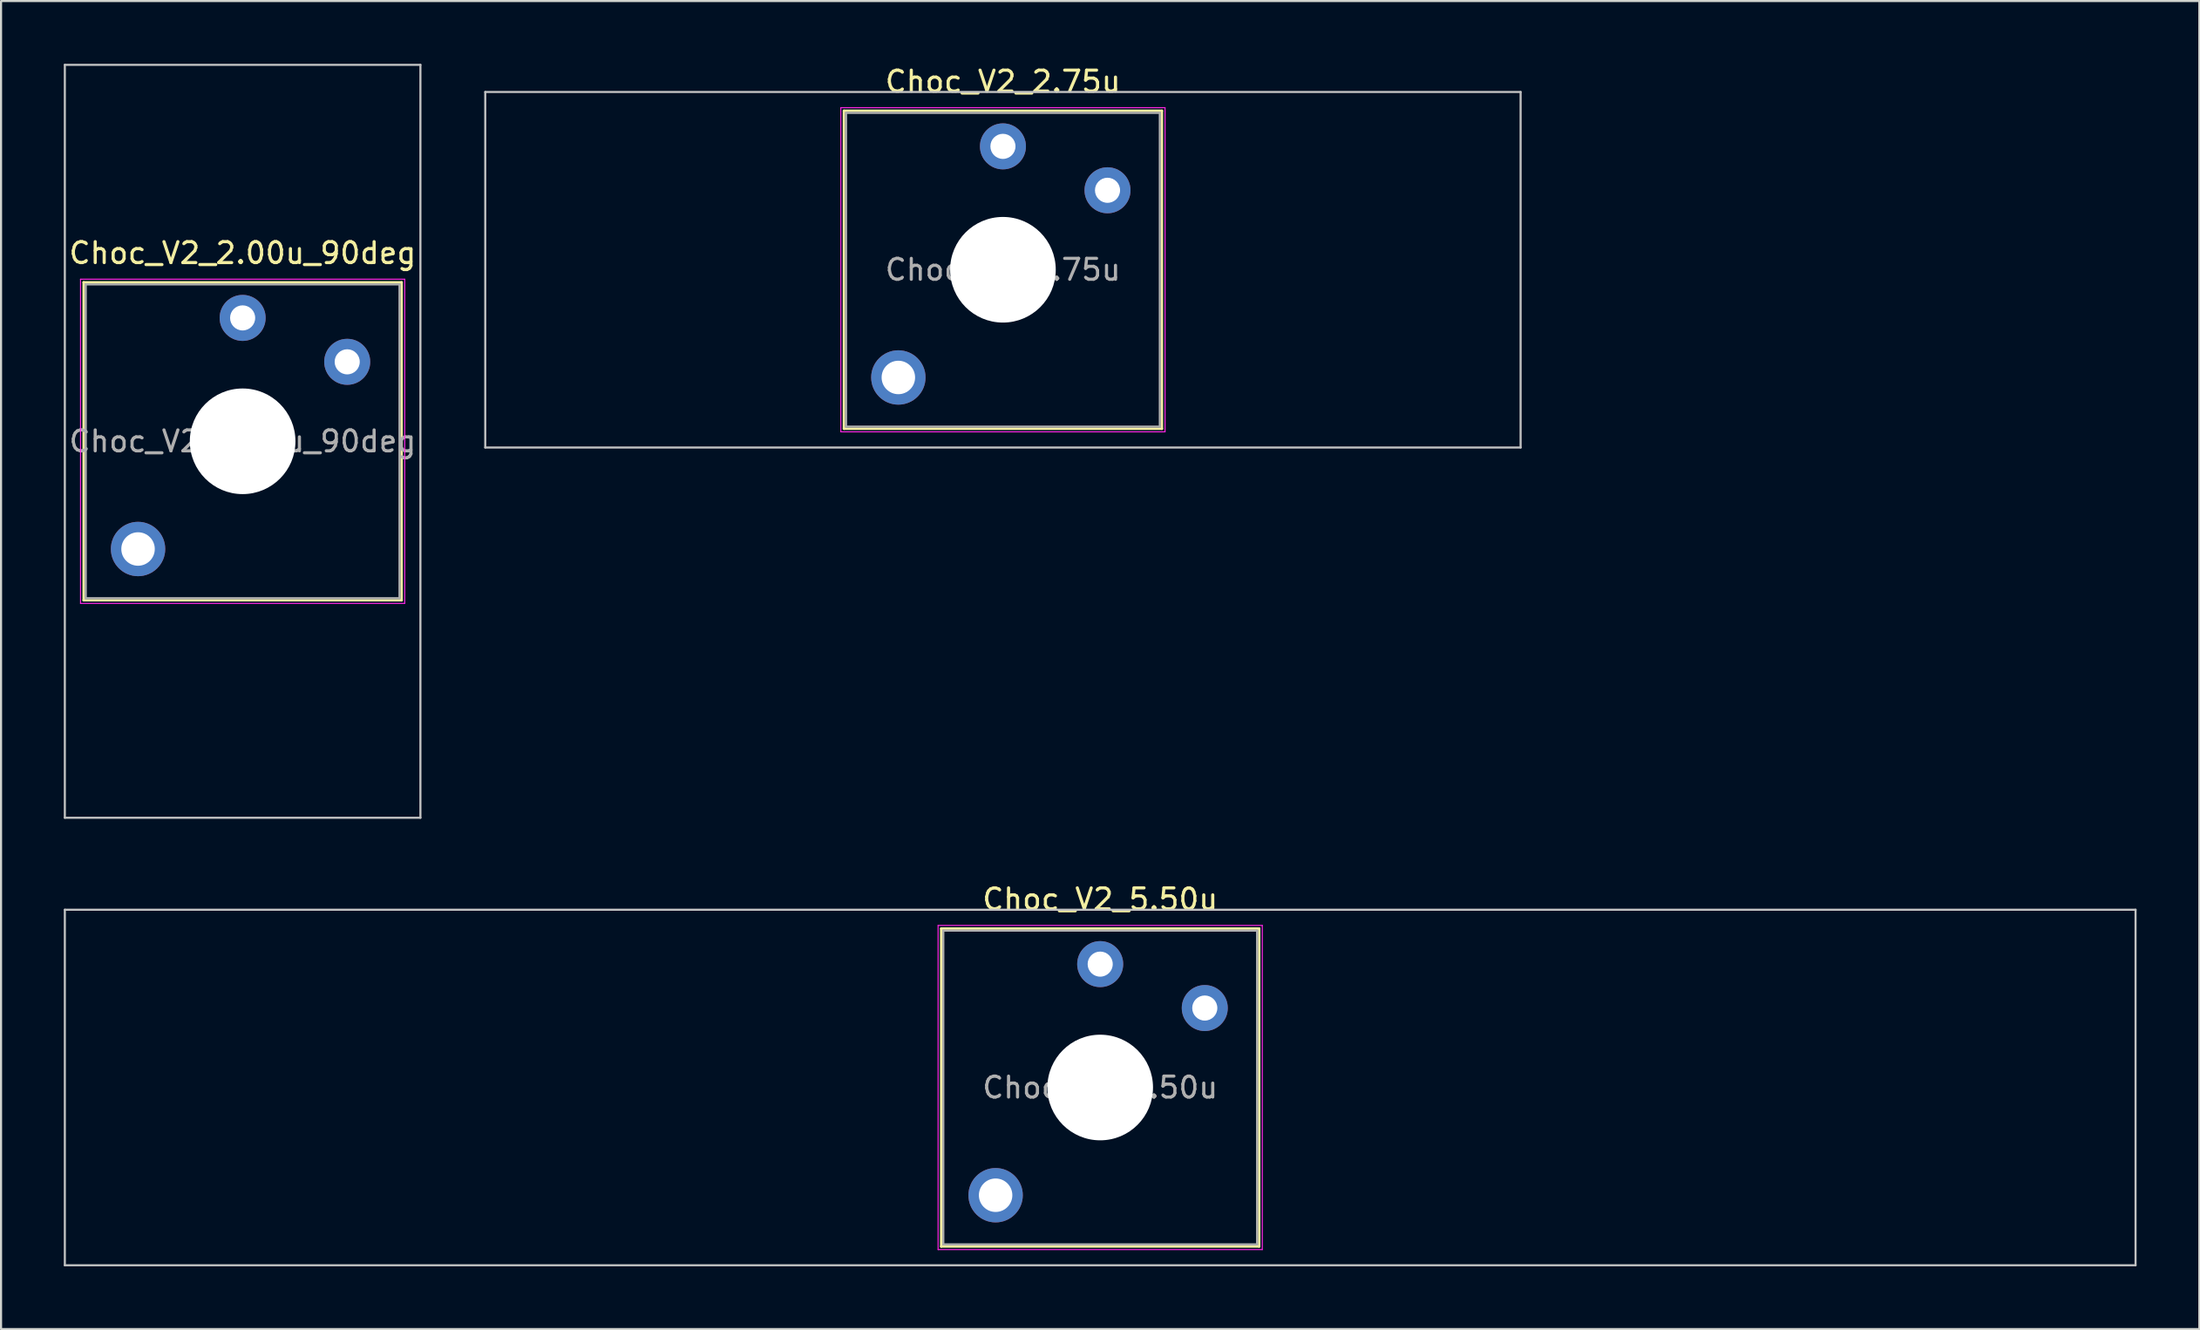
<source format=kicad_pcb>
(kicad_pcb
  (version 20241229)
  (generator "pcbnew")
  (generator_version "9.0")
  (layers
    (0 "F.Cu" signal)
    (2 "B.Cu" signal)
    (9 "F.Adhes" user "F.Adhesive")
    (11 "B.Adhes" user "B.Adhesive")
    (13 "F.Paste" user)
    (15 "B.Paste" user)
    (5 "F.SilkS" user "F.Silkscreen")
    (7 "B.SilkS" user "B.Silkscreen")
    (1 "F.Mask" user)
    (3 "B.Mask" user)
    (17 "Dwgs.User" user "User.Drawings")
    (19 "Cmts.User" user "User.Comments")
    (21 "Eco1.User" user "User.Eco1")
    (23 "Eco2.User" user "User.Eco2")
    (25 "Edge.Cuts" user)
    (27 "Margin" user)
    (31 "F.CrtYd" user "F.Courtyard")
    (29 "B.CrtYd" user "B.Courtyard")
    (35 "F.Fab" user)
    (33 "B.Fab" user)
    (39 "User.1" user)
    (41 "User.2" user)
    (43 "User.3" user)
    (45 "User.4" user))
  (footprint "Choc_V2_5.50u"
    (layer "F.Cu")
    (at 49.55 48.948)
    (property "Reference" "Choc_V2_5.50u" (at 0 -9 0) (layer "F.SilkS") (effects (font (size 1 1) (thickness 0.15))))
    (attr through_hole)
    (fp_line (start -7.6 -7.6) (end -7.6 7.6) (stroke (width 0.12) (type solid)) (layer "F.SilkS"))
    (fp_line (start -7.6 7.6) (end 7.6 7.6) (stroke (width 0.12) (type solid)) (layer "F.SilkS"))
    (fp_line (start 7.6 -7.6) (end -7.6 -7.6) (stroke (width 0.12) (type solid)) (layer "F.SilkS"))
    (fp_line (start 7.6 7.6) (end 7.6 -7.6) (stroke (width 0.12) (type solid)) (layer "F.SilkS"))
    (fp_line (start -49.5 -8.5) (end -49.5 8.5) (stroke (width 0.1) (type solid)) (layer "Dwgs.User"))
    (fp_line (start -49.5 8.5) (end 49.5 8.5) (stroke (width 0.1) (type solid)) (layer "Dwgs.User"))
    (fp_line (start 49.5 -8.5) (end -49.5 -8.5) (stroke (width 0.1) (type solid)) (layer "Dwgs.User"))
    (fp_line (start 49.5 8.5) (end 49.5 -8.5) (stroke (width 0.1) (type solid)) (layer "Dwgs.User"))
    (fp_line (start -7.25 -7.25) (end -7.25 7.25) (stroke (width 0.1) (type solid)) (layer "Eco1.User"))
    (fp_line (start -7.25 7.25) (end 7.25 7.25) (stroke (width 0.1) (type solid)) (layer "Eco1.User"))
    (fp_line (start 7.25 -7.25) (end -7.25 -7.25) (stroke (width 0.1) (type solid)) (layer "Eco1.User"))
    (fp_line (start 7.25 7.25) (end 7.25 -7.25) (stroke (width 0.1) (type solid)) (layer "Eco1.User"))
    (fp_line (start -7.75 -7.75) (end -7.75 7.75) (stroke (width 0.05) (type solid)) (layer "F.CrtYd"))
    (fp_line (start -7.75 7.75) (end 7.75 7.75) (stroke (width 0.05) (type solid)) (layer "F.CrtYd"))
    (fp_line (start 7.75 -7.75) (end -7.75 -7.75) (stroke (width 0.05) (type solid)) (layer "F.CrtYd"))
    (fp_line (start 7.75 7.75) (end 7.75 -7.75) (stroke (width 0.05) (type solid)) (layer "F.CrtYd"))
    (fp_line (start -7.5 -7.5) (end -7.5 7.5) (stroke (width 0.1) (type solid)) (layer "F.Fab"))
    (fp_line (start -7.5 7.5) (end 7.5 7.5) (stroke (width 0.1) (type solid)) (layer "F.Fab"))
    (fp_line (start 7.5 -7.5) (end -7.5 -7.5) (stroke (width 0.1) (type solid)) (layer "F.Fab"))
    (fp_line (start 7.5 7.5) (end 7.5 -7.5) (stroke (width 0.1) (type solid)) (layer "F.Fab"))
    (fp_text user "${REFERENCE}" (at 0 0 0) (layer "F.Fab") (effects (font (size 1 1) (thickness 0.15))))
    (pad "" thru_hole circle (at -5 5.15) (size 2.6 2.6) (drill 1.6) (layers "*.Cu" "*.Mask"))
    (pad "" np_thru_hole circle (at 0 0) (size 5.05 5.05) (drill 5.05) (layers "*.Cu" "*.Mask"))
    (pad "1" thru_hole circle (at 0 -5.9) (size 2.2 2.2) (drill 1.2) (layers "*.Cu" "*.Mask"))
    (pad "2" thru_hole circle (at 5 -3.8) (size 2.2 2.2) (drill 1.2) (layers "*.Cu" "*.Mask")))
  (footprint "Choc_V2_2.75u"
    (layer "F.Cu")
    (at 44.9 9.848)
    (property "Reference" "Choc_V2_2.75u" (at 0 -9 0) (layer "F.SilkS") (effects (font (size 1 1) (thickness 0.15))))
    (attr through_hole)
    (fp_line (start -7.6 -7.6) (end -7.6 7.6) (stroke (width 0.12) (type solid)) (layer "F.SilkS"))
    (fp_line (start -7.6 7.6) (end 7.6 7.6) (stroke (width 0.12) (type solid)) (layer "F.SilkS"))
    (fp_line (start 7.6 -7.6) (end -7.6 -7.6) (stroke (width 0.12) (type solid)) (layer "F.SilkS"))
    (fp_line (start 7.6 7.6) (end 7.6 -7.6) (stroke (width 0.12) (type solid)) (layer "F.SilkS"))
    (fp_line (start -24.75 -8.5) (end -24.75 8.5) (stroke (width 0.1) (type solid)) (layer "Dwgs.User"))
    (fp_line (start -24.75 8.5) (end 24.75 8.5) (stroke (width 0.1) (type solid)) (layer "Dwgs.User"))
    (fp_line (start 24.75 -8.5) (end -24.75 -8.5) (stroke (width 0.1) (type solid)) (layer "Dwgs.User"))
    (fp_line (start 24.75 8.5) (end 24.75 -8.5) (stroke (width 0.1) (type solid)) (layer "Dwgs.User"))
    (fp_line (start -7.25 -7.25) (end -7.25 7.25) (stroke (width 0.1) (type solid)) (layer "Eco1.User"))
    (fp_line (start -7.25 7.25) (end 7.25 7.25) (stroke (width 0.1) (type solid)) (layer "Eco1.User"))
    (fp_line (start 7.25 -7.25) (end -7.25 -7.25) (stroke (width 0.1) (type solid)) (layer "Eco1.User"))
    (fp_line (start 7.25 7.25) (end 7.25 -7.25) (stroke (width 0.1) (type solid)) (layer "Eco1.User"))
    (fp_line (start -7.75 -7.75) (end -7.75 7.75) (stroke (width 0.05) (type solid)) (layer "F.CrtYd"))
    (fp_line (start -7.75 7.75) (end 7.75 7.75) (stroke (width 0.05) (type solid)) (layer "F.CrtYd"))
    (fp_line (start 7.75 -7.75) (end -7.75 -7.75) (stroke (width 0.05) (type solid)) (layer "F.CrtYd"))
    (fp_line (start 7.75 7.75) (end 7.75 -7.75) (stroke (width 0.05) (type solid)) (layer "F.CrtYd"))
    (fp_line (start -7.5 -7.5) (end -7.5 7.5) (stroke (width 0.1) (type solid)) (layer "F.Fab"))
    (fp_line (start -7.5 7.5) (end 7.5 7.5) (stroke (width 0.1) (type solid)) (layer "F.Fab"))
    (fp_line (start 7.5 -7.5) (end -7.5 -7.5) (stroke (width 0.1) (type solid)) (layer "F.Fab"))
    (fp_line (start 7.5 7.5) (end 7.5 -7.5) (stroke (width 0.1) (type solid)) (layer "F.Fab"))
    (fp_text user "${REFERENCE}" (at 0 0 0) (layer "F.Fab") (effects (font (size 1 1) (thickness 0.15))))
    (pad "" thru_hole circle (at -5 5.15) (size 2.6 2.6) (drill 1.6) (layers "*.Cu" "*.Mask"))
    (pad "" np_thru_hole circle (at 0 0) (size 5.05 5.05) (drill 5.05) (layers "*.Cu" "*.Mask"))
    (pad "1" thru_hole circle (at 0 -5.9) (size 2.2 2.2) (drill 1.2) (layers "*.Cu" "*.Mask"))
    (pad "2" thru_hole circle (at 5 -3.8) (size 2.2 2.2) (drill 1.2) (layers "*.Cu" "*.Mask")))
  (footprint "Choc_V2_2.00u_90deg"
    (layer "F.Cu")
    (at 8.55 18.05)
    (property "Reference" "Choc_V2_2.00u_90deg" (at 0 -9 0) (layer "F.SilkS") (effects (font (size 1 1) (thickness 0.15))))
    (attr through_hole)
    (fp_line (start -7.6 -7.6) (end -7.6 7.6) (stroke (width 0.12) (type solid)) (layer "F.SilkS"))
    (fp_line (start -7.6 7.6) (end 7.6 7.6) (stroke (width 0.12) (type solid)) (layer "F.SilkS"))
    (fp_line (start 7.6 -7.6) (end -7.6 -7.6) (stroke (width 0.12) (type solid)) (layer "F.SilkS"))
    (fp_line (start 7.6 7.6) (end 7.6 -7.6) (stroke (width 0.12) (type solid)) (layer "F.SilkS"))
    (fp_line (start -8.5 -18) (end 8.5 -18) (stroke (width 0.1) (type solid)) (layer "Dwgs.User"))
    (fp_line (start -8.5 18) (end -8.5 -18) (stroke (width 0.1) (type solid)) (layer "Dwgs.User"))
    (fp_line (start 8.5 -18) (end 8.5 18) (stroke (width 0.1) (type solid)) (layer "Dwgs.User"))
    (fp_line (start 8.5 18) (end -8.5 18) (stroke (width 0.1) (type solid)) (layer "Dwgs.User"))
    (fp_line (start -7.25 -7.25) (end -7.25 7.25) (stroke (width 0.1) (type solid)) (layer "Eco1.User"))
    (fp_line (start -7.25 7.25) (end 7.25 7.25) (stroke (width 0.1) (type solid)) (layer "Eco1.User"))
    (fp_line (start 7.25 -7.25) (end -7.25 -7.25) (stroke (width 0.1) (type solid)) (layer "Eco1.User"))
    (fp_line (start 7.25 7.25) (end 7.25 -7.25) (stroke (width 0.1) (type solid)) (layer "Eco1.User"))
    (fp_line (start -7.75 -7.75) (end -7.75 7.75) (stroke (width 0.05) (type solid)) (layer "F.CrtYd"))
    (fp_line (start -7.75 7.75) (end 7.75 7.75) (stroke (width 0.05) (type solid)) (layer "F.CrtYd"))
    (fp_line (start 7.75 -7.75) (end -7.75 -7.75) (stroke (width 0.05) (type solid)) (layer "F.CrtYd"))
    (fp_line (start 7.75 7.75) (end 7.75 -7.75) (stroke (width 0.05) (type solid)) (layer "F.CrtYd"))
    (fp_line (start -7.5 -7.5) (end -7.5 7.5) (stroke (width 0.1) (type solid)) (layer "F.Fab"))
    (fp_line (start -7.5 7.5) (end 7.5 7.5) (stroke (width 0.1) (type solid)) (layer "F.Fab"))
    (fp_line (start 7.5 -7.5) (end -7.5 -7.5) (stroke (width 0.1) (type solid)) (layer "F.Fab"))
    (fp_line (start 7.5 7.5) (end 7.5 -7.5) (stroke (width 0.1) (type solid)) (layer "F.Fab"))
    (fp_text user "${REFERENCE}" (at 0 0 0) (layer "F.Fab") (effects (font (size 1 1) (thickness 0.15))))
    (pad "" thru_hole circle (at -5 5.15) (size 2.6 2.6) (drill 1.6) (layers "*.Cu" "*.Mask"))
    (pad "" np_thru_hole circle (at 0 0) (size 5.05 5.05) (drill 5.05) (layers "*.Cu" "*.Mask"))
    (pad "1" thru_hole circle (at 0 -5.9) (size 2.2 2.2) (drill 1.2) (layers "*.Cu" "*.Mask"))
    (pad "2" thru_hole circle (at 5 -3.8) (size 2.2 2.2) (drill 1.2) (layers "*.Cu" "*.Mask")))
  (gr_rect
    (start -3 -3)
    (end 102.1 60.498)
    (stroke (width 0.1) (type default))
    (fill no)
    (layer "Edge.Cuts")))
</source>
